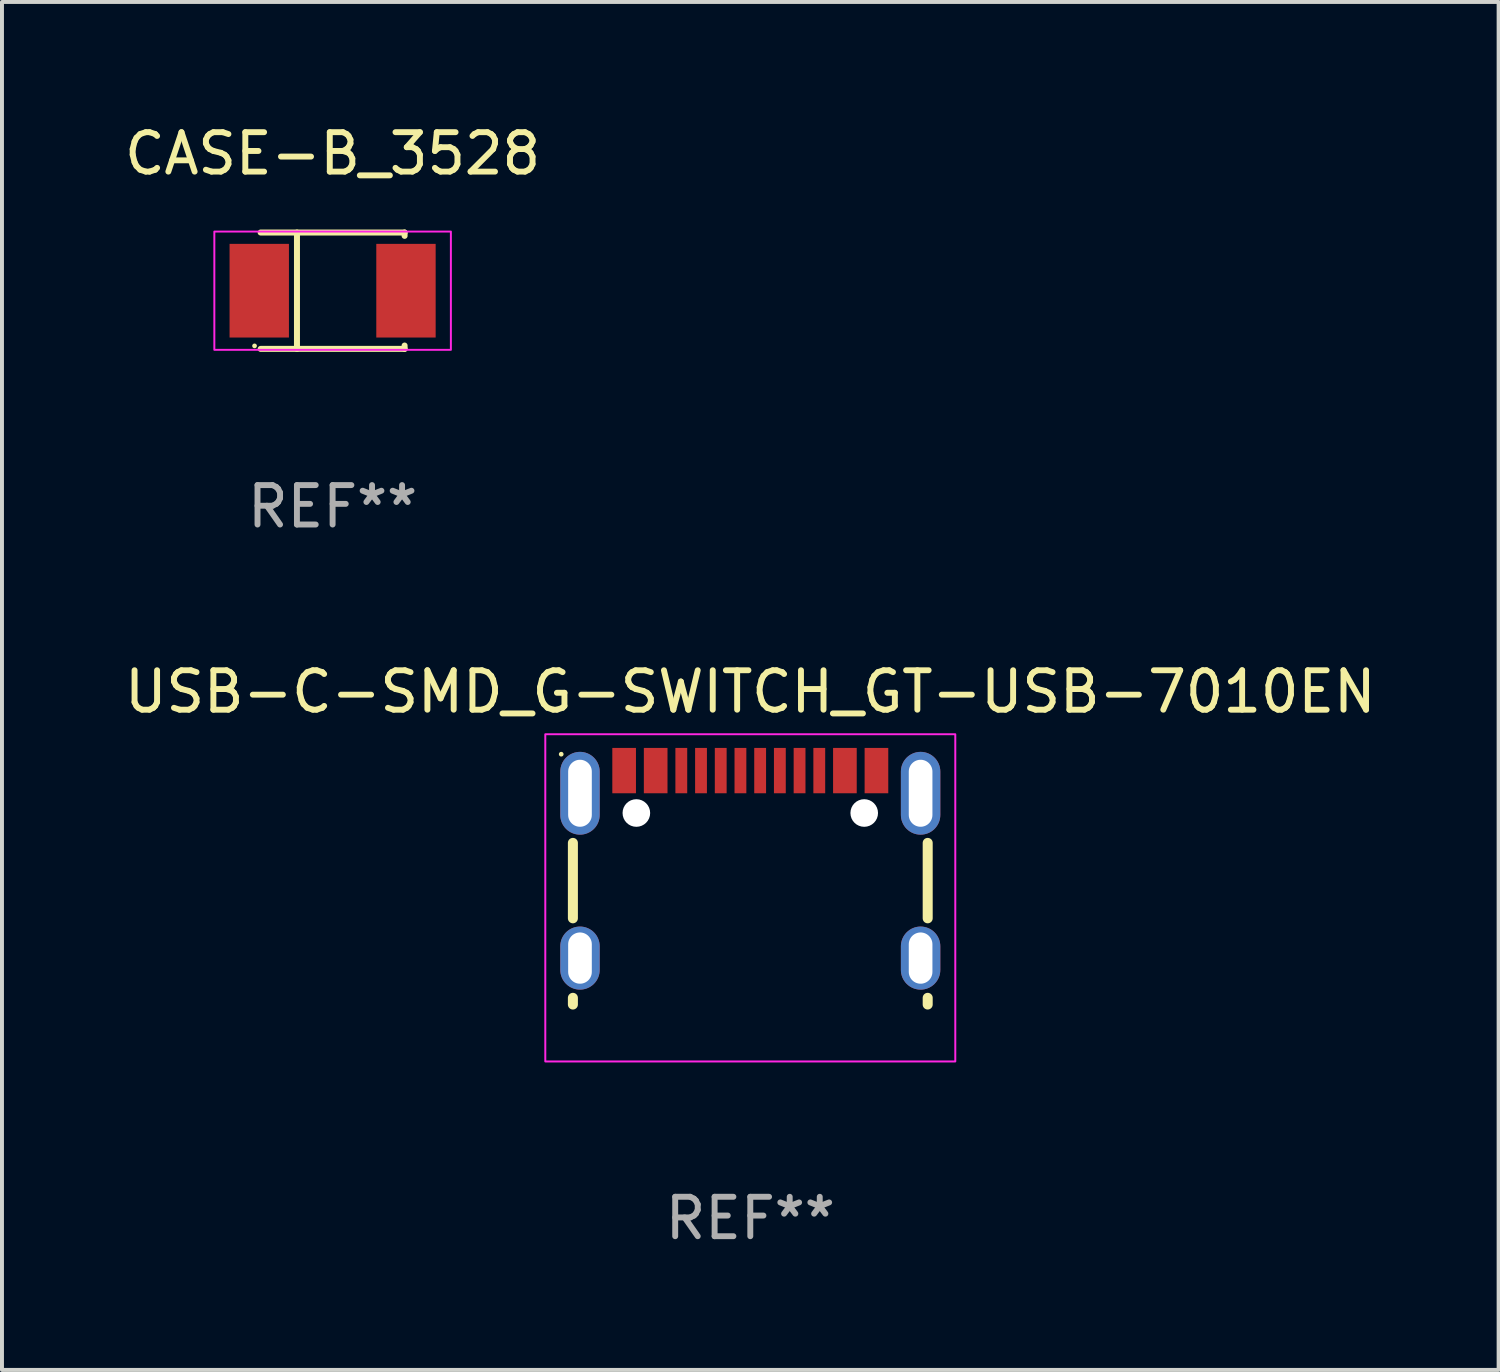
<source format=kicad_pcb>
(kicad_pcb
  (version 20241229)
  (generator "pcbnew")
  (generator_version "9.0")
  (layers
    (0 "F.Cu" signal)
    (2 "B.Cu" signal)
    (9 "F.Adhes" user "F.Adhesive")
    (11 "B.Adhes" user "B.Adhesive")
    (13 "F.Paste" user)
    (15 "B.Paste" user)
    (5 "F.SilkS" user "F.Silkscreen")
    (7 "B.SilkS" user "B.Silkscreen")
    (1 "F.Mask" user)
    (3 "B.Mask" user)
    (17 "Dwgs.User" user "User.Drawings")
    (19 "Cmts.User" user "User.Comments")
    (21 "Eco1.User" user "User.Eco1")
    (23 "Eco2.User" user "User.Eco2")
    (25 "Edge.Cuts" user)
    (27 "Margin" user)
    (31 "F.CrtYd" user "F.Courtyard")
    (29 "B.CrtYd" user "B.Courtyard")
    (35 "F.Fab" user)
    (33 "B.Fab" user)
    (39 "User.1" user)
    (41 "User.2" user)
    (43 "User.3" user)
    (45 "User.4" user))
  (footprint "USB-C-SMD_G-SWITCH_GT-USB-7010EN"
    (layer "F.Cu")
    (at 15.982 18.875)
    (property "Reference" "USB-C-SMD_G-SWITCH_GT-USB-7010EN" (at 0 -4.378 0) (layer "F.SilkS") (effects (font (size 1 1) (thickness 0.15))))
    (attr through_hole)
    (fp_line (start -4.5 1.369) (end -4.5 -0.544) (stroke (width 0.254) (type solid)) (layer "F.SilkS"))
    (fp_line (start -4.5 3.556) (end -4.5 3.386) (stroke (width 0.254) (type solid)) (layer "F.SilkS"))
    (fp_line (start 4.5 1.369) (end 4.5 -0.544) (stroke (width 0.254) (type solid)) (layer "F.SilkS"))
    (fp_line (start 4.5 3.556) (end 4.5 3.386) (stroke (width 0.254) (type solid)) (layer "F.SilkS"))
    (fp_circle (center -4.796 -2.794) (end -4.766 -2.794) (stroke (width 0.06) (type solid)) (fill no) (layer "F.SilkS"))
    (fp_rect (start -5.2 -3.3) (end 5.2 5) (stroke (width 0.05) (type default)) (fill no) (layer "F.CrtYd"))
    (fp_circle (center -2.89 -1.302) (end -2.765 -1.302) (stroke (width 0.25) (type solid)) (fill no) (layer "F.Fab"))
    (fp_circle (center 2.89 -1.302) (end 3.015 -1.302) (stroke (width 0.25) (type solid)) (fill no) (layer "F.Fab"))
    (fp_text user "REF**" (at 0 8.978 0) (layer "F.Fab") (effects (font (size 1 1) (thickness 0.15))))
    (pad "" np_thru_hole circle (at -2.89 -1.302) (size 0.7 0.7) (drill 0.7) (layers "*.Cu" "*.Mask"))
    (pad "" np_thru_hole circle (at 2.89 -1.302) (size 0.7 0.7) (drill 0.7) (layers "*.Cu" "*.Mask"))
    (pad "1" thru_hole oval (at -4.32 -1.803) (size 1 2.1) (drill oval 0.6 1.7) (layers "*.Cu" "*.Mask"))
    (pad "2" thru_hole oval (at 4.32 -1.803) (size 1 2.1) (drill oval 0.6 1.7) (layers "*.Cu" "*.Mask"))
    (pad "3" thru_hole oval (at 4.32 2.378) (size 1 1.6) (drill oval 0.6 1.3) (layers "*.Cu" "*.Mask"))
    (pad "4" thru_hole oval (at -4.32 2.378) (size 1 1.6) (drill oval 0.6 1.3) (layers "*.Cu" "*.Mask"))
    (pad "A1B12" smd rect (at -3.2 -2.378) (size 0.6 1.15) (layers "F.Cu" "F.Mask" "F.Paste"))
    (pad "A4B9" smd rect (at -2.4 -2.378) (size 0.6 1.15) (layers "F.Cu" "F.Mask" "F.Paste"))
    (pad "A5" smd rect (at -1.25 -2.378) (size 0.3 1.15) (layers "F.Cu" "F.Mask" "F.Paste"))
    (pad "A6" smd rect (at -0.25 -2.378) (size 0.3 1.15) (layers "F.Cu" "F.Mask" "F.Paste"))
    (pad "A7" smd rect (at 0.25 -2.378) (size 0.3 1.15) (layers "F.Cu" "F.Mask" "F.Paste"))
    (pad "A8" smd rect (at 1.25 -2.378) (size 0.3 1.15) (layers "F.Cu" "F.Mask" "F.Paste"))
    (pad "B1A12" smd rect (at 3.2 -2.378) (size 0.6 1.15) (layers "F.Cu" "F.Mask" "F.Paste"))
    (pad "B4A9" smd rect (at 2.4 -2.378) (size 0.6 1.15) (layers "F.Cu" "F.Mask" "F.Paste"))
    (pad "B5" smd rect (at 1.75 -2.378) (size 0.3 1.15) (layers "F.Cu" "F.Mask" "F.Paste"))
    (pad "B6" smd rect (at 0.75 -2.378) (size 0.3 1.15) (layers "F.Cu" "F.Mask" "F.Paste"))
    (pad "B7" smd rect (at -0.75 -2.378) (size 0.3 1.15) (layers "F.Cu" "F.Mask" "F.Paste"))
    (pad "B8" smd rect (at -1.75 -2.378) (size 0.3 1.15) (layers "F.Cu" "F.Mask" "F.Paste")))
  (footprint "CASE-B_3528"
    (layer "F.Cu")
    (at 5.387 4.324)
    (property "Reference" "CASE-B_3528" (at 0 -3.476 0) (layer "F.SilkS") (effects (font (size 1 1) (thickness 0.15))))
    (attr smd)
    (fp_line (start -0.904 1.476) (end -0.904 -1.476) (stroke (width 0.152) (type solid)) (layer "F.SilkS"))
    (fp_line (start 1.826 -1.476) (end -1.826 -1.476) (stroke (width 0.152) (type solid)) (layer "F.SilkS"))
    (fp_line (start 1.826 -1.476) (end 1.826 -1.391) (stroke (width 0.152) (type solid)) (layer "F.SilkS"))
    (fp_line (start 1.826 1.476) (end -1.826 1.476) (stroke (width 0.152) (type solid)) (layer "F.SilkS"))
    (fp_line (start 1.826 1.476) (end 1.826 1.391) (stroke (width 0.152) (type solid)) (layer "F.SilkS"))
    (fp_circle (center -1.98 1.4) (end -1.95 1.4) (stroke (width 0.06) (type solid)) (fill no) (layer "F.SilkS"))
    (fp_rect (start -3 -1.5) (end 3 1.5) (stroke (width 0.05) (type default)) (fill no) (layer "F.CrtYd"))
    (fp_text user "REF**" (at 0 5.476 0) (layer "F.Fab") (effects (font (size 1 1) (thickness 0.15))))
    (pad "1" smd rect (at -1.861 0 180) (size 1.506 2.376) (layers "F.Cu" "F.Mask" "F.Paste"))
    (pad "2" smd rect (at 1.861 0 180) (size 1.506 2.376) (layers "F.Cu" "F.Mask" "F.Paste")))
  (gr_rect
    (start -3 -3)
    (end 34.964 31.7)
    (stroke (width 0.1) (type default))
    (fill no)
    (layer "Edge.Cuts")))
</source>
